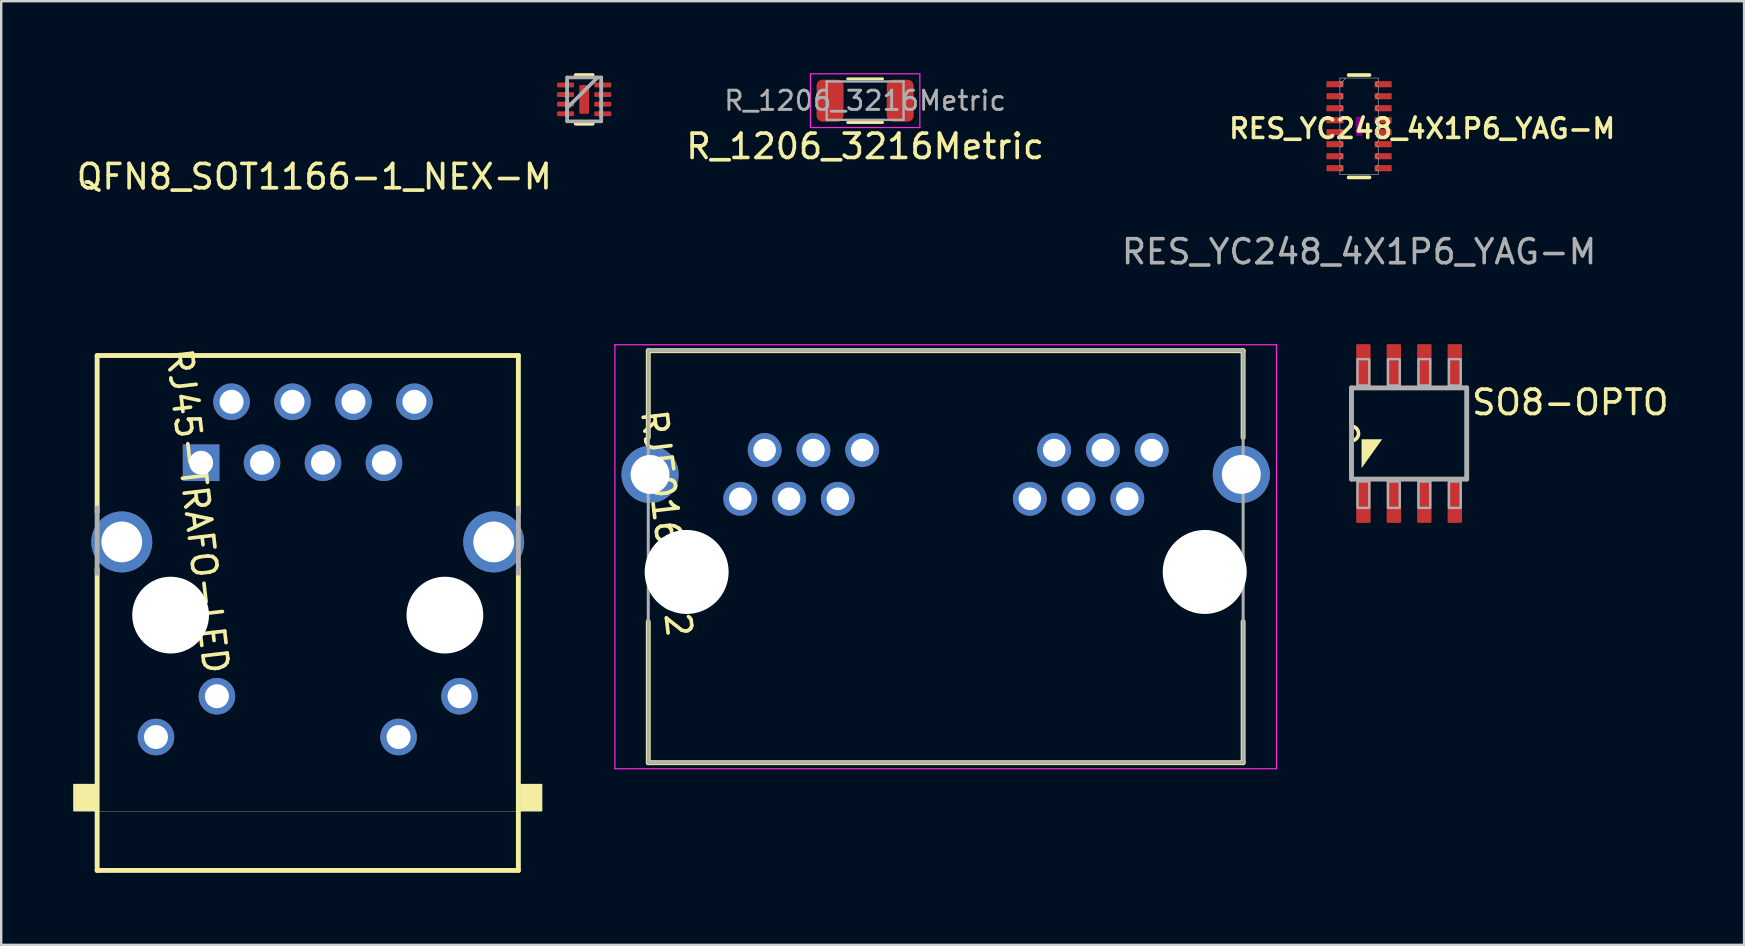
<source format=kicad_pcb>
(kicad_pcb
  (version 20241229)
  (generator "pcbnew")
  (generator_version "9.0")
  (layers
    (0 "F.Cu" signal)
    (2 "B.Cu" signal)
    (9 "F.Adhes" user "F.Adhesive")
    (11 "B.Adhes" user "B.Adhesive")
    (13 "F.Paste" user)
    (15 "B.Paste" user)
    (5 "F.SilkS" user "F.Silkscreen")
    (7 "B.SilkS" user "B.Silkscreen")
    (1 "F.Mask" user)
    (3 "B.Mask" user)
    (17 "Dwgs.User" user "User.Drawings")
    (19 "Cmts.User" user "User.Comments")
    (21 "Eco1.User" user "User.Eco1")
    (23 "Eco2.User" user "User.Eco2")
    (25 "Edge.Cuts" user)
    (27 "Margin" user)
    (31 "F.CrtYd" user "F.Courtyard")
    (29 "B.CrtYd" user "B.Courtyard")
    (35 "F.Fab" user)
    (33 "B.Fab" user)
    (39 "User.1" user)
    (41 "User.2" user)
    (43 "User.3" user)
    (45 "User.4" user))
  (footprint "RJ45-TRAFO-LED"
    (layer "F.Cu")
    (at 9.775 22.584)
    (property "Reference" "RJ45-TRAFO-LED" (at -5.982 -11.124 96.6) (layer "F.SilkS") (effects (font (size 1.016 1.016) (thickness 0.152)) (justify left bottom)))
    (attr through_hole)
    (fp_line (start -8.777 -10.819) (end 8.777 -10.819) (stroke (width 0.203) (type solid)) (layer "F.SilkS"))
    (fp_line (start -8.777 -4.283) (end -8.777 -10.819) (stroke (width 0.203) (type solid)) (layer "F.SilkS"))
    (fp_line (start -8.777 10.639) (end -8.777 -1.929) (stroke (width 0.203) (type solid)) (layer "F.SilkS"))
    (fp_line (start 8.777 -10.819) (end 8.777 -4.283) (stroke (width 0.203) (type solid)) (layer "F.SilkS"))
    (fp_line (start 8.777 -1.929) (end 8.777 10.639) (stroke (width 0.203) (type solid)) (layer "F.SilkS"))
    (fp_line (start 8.777 10.639) (end -8.777 10.639) (stroke (width 0.203) (type solid)) (layer "F.SilkS"))
    (fp_line (start 9.716 8.18) (end -9.716 8.18) (stroke (width 0.01) (type solid)) (layer "F.SilkS"))
    (fp_poly (pts (xy -9.775 8.175) (xy -8.85 8.175) (xy -8.85 7.032) (xy -9.775 7.032)) (stroke (width 0) (type default)) (fill yes) (layer "F.SilkS"))
    (fp_poly (pts (xy 8.85 8.175) (xy 9.775 8.175) (xy 9.775 7.032) (xy 8.85 7.032)) (stroke (width 0) (type default)) (fill yes) (layer "F.SilkS"))
    (fp_line (start -8.777 -1.743) (end -8.777 -4.469) (stroke (width 0.203) (type solid)) (layer "F.Fab"))
    (fp_line (start 8.777 -4.469) (end 8.777 -1.743) (stroke (width 0.203) (type solid)) (layer "F.Fab"))
    (pad "" np_thru_hole circle (at -5.715 0) (size 3.2 3.2) (drill 3.2) (layers "*.Cu" "*.Mask"))
    (pad "" np_thru_hole circle (at 5.715 0) (size 3.2 3.2) (drill 3.2) (layers "*.Cu" "*.Mask"))
    (pad "1" thru_hole rect (at -4.445 -6.35) (size 1.524 1.524) (drill 1) (layers "*.Cu" "*.Mask"))
    (pad "2" thru_hole circle (at -3.175 -8.89) (size 1.524 1.524) (drill 1) (layers "*.Cu" "*.Mask"))
    (pad "3" thru_hole circle (at -1.905 -6.35) (size 1.524 1.524) (drill 1) (layers "*.Cu" "*.Mask"))
    (pad "4" thru_hole circle (at -0.635 -8.89) (size 1.524 1.524) (drill 1) (layers "*.Cu" "*.Mask"))
    (pad "5" thru_hole circle (at 0.635 -6.35) (size 1.524 1.524) (drill 1) (layers "*.Cu" "*.Mask"))
    (pad "6" thru_hole circle (at 1.905 -8.89) (size 1.524 1.524) (drill 1) (layers "*.Cu" "*.Mask"))
    (pad "7" thru_hole circle (at 3.175 -6.35) (size 1.524 1.524) (drill 1) (layers "*.Cu" "*.Mask"))
    (pad "8" thru_hole circle (at 4.445 -8.89) (size 1.524 1.524) (drill 1) (layers "*.Cu" "*.Mask"))
    (pad "9" thru_hole circle (at -6.325 5.08) (size 1.524 1.524) (drill 1) (layers "*.Cu" "*.Mask"))
    (pad "10" thru_hole circle (at -3.785 3.38) (size 1.524 1.524) (drill 1) (layers "*.Cu" "*.Mask"))
    (pad "11" thru_hole circle (at 3.785 5.08) (size 1.524 1.524) (drill 1) (layers "*.Cu" "*.Mask"))
    (pad "12" thru_hole circle (at 6.325 3.38) (size 1.524 1.524) (drill 1) (layers "*.Cu" "*.Mask"))
    (pad "SH" thru_hole circle (at -7.75 -3.05) (size 2.54 2.54) (drill 1.7) (layers "*.Cu" "*.Mask"))
    (pad "SH2" thru_hole circle (at 7.75 -3.05) (size 2.54 2.54) (drill 1.7) (layers "*.Cu" "*.Mask")))
  (footprint "SO8-OPTO"
    (layer "F.Cu")
    (at 55.672 15.015)
    (property "Reference" "SO8-OPTO" (at 2.53 -1.89 0) (layer "F.SilkS") (effects (font (size 1.016 1.016) (thickness 0.152)) (justify left top)))
    (attr smd)
    (fp_line (start -2.413 -1.638) (end -2.413 -0.305) (stroke (width 0.152) (type solid)) (layer "F.SilkS"))
    (fp_line (start -2.413 0.305) (end -2.413 1.638) (stroke (width 0.152) (type solid)) (layer "F.SilkS"))
    (fp_line (start 2.413 1.638) (end 2.413 -1.638) (stroke (width 0.152) (type solid)) (layer "F.SilkS"))
    (fp_arc (start -2.413 -0.3048) (mid -2.1082 0) (end -2.413 0.3048) (stroke (width 0.1524) (type solid)) (layer "F.SilkS"))
    (fp_poly (pts (xy -1.981 1.444) (xy -1.981 0.241) (xy -1.122 0.241)) (stroke (width 0) (type default)) (fill yes) (layer "F.SilkS"))
    (fp_line (start -2.4 -1.9) (end 2.4 -1.9) (stroke (width 0.203) (type solid)) (layer "F.Fab"))
    (fp_line (start -2.4 1.9) (end -2.4 -1.9) (stroke (width 0.203) (type solid)) (layer "F.Fab"))
    (fp_line (start 2.4 -1.9) (end 2.4 1.9) (stroke (width 0.203) (type solid)) (layer "F.Fab"))
    (fp_line (start 2.4 1.9) (end -2.4 1.9) (stroke (width 0.203) (type solid)) (layer "F.Fab"))
    (fp_poly (pts (xy -2.15 -2) (xy -1.66 -2) (xy -1.66 -3.1) (xy -2.15 -3.1)) (stroke (width 0.1) (type default)) (fill no) (layer "F.Fab"))
    (fp_poly (pts (xy -2.15 3.1) (xy -1.66 3.1) (xy -1.66 2) (xy -2.15 2)) (stroke (width 0.1) (type default)) (fill no) (layer "F.Fab"))
    (fp_poly (pts (xy -0.88 -2) (xy -0.39 -2) (xy -0.39 -3.1) (xy -0.88 -3.1)) (stroke (width 0.1) (type default)) (fill no) (layer "F.Fab"))
    (fp_poly (pts (xy -0.88 3.1) (xy -0.39 3.1) (xy -0.39 2) (xy -0.88 2)) (stroke (width 0.1) (type default)) (fill no) (layer "F.Fab"))
    (fp_poly (pts (xy 0.39 -2) (xy 0.88 -2) (xy 0.88 -3.1) (xy 0.39 -3.1)) (stroke (width 0.1) (type default)) (fill no) (layer "F.Fab"))
    (fp_poly (pts (xy 0.39 3.1) (xy 0.88 3.1) (xy 0.88 2) (xy 0.39 2)) (stroke (width 0.1) (type default)) (fill no) (layer "F.Fab"))
    (fp_poly (pts (xy 1.66 -2) (xy 2.15 -2) (xy 2.15 -3.1) (xy 1.66 -3.1)) (stroke (width 0.1) (type default)) (fill no) (layer "F.Fab"))
    (fp_poly (pts (xy 1.66 3.1) (xy 2.15 3.1) (xy 2.15 2) (xy 1.66 2)) (stroke (width 0.1) (type default)) (fill no) (layer "F.Fab"))
    (pad "1" smd roundrect (at -1.905 2.85) (size 0.6 1.75) (layers "F.Cu" "F.Mask" "F.Paste") (roundrect_rratio 0.085))
    (pad "2" smd roundrect (at -0.635 2.85) (size 0.6 1.75) (layers "F.Cu" "F.Mask" "F.Paste") (roundrect_rratio 0.085))
    (pad "3" smd roundrect (at 0.635 2.85) (size 0.6 1.75) (layers "F.Cu" "F.Mask" "F.Paste") (roundrect_rratio 0.085))
    (pad "4" smd roundrect (at 1.905 2.85) (size 0.6 1.75) (layers "F.Cu" "F.Mask" "F.Paste") (roundrect_rratio 0.085))
    (pad "5" smd roundrect (at 1.905 -2.85) (size 0.6 1.75) (layers "F.Cu" "F.Mask" "F.Paste") (roundrect_rratio 0.085))
    (pad "6" smd roundrect (at 0.635 -2.85) (size 0.6 1.75) (layers "F.Cu" "F.Mask" "F.Paste") (roundrect_rratio 0.085))
    (pad "7" smd roundrect (at -0.635 -2.85) (size 0.6 1.75) (layers "F.Cu" "F.Mask" "F.Paste") (roundrect_rratio 0.085))
    (pad "8" smd roundrect (at -1.905 -2.85) (size 0.6 1.75) (layers "F.Cu" "F.Mask" "F.Paste") (roundrect_rratio 0.085)))
  (footprint "QFN8_SOT1166-1_NEX-M"
    (layer "F.Cu")
    (at 21.295 1.092)
    (property "Reference" "QFN8_SOT1166-1_NEX-M" (at -1.253 2.627 180) (layer "F.SilkS") (effects (font (size 1.016 1.016) (thickness 0.152)) (justify right top)))
    (attr smd)
    (fp_line (start -0.356 1.016) (end 0.356 1.016) (stroke (width 0.152) (type solid)) (layer "F.SilkS"))
    (fp_line (start 0.356 -1.016) (end -0.356 -1.016) (stroke (width 0.152) (type solid)) (layer "F.SilkS"))
    (fp_line (start -0.711 -0.914) (end -0.711 0.914) (stroke (width 0.152) (type solid)) (layer "F.Fab"))
    (fp_line (start -0.711 -0.737) (end -0.711 -0.483) (stroke (width 0.152) (type solid)) (layer "F.Fab"))
    (fp_line (start -0.711 -0.33) (end -0.711 -0.076) (stroke (width 0.152) (type solid)) (layer "F.Fab"))
    (fp_line (start -0.711 0.076) (end -0.711 0.33) (stroke (width 0.152) (type solid)) (layer "F.Fab"))
    (fp_line (start -0.711 0.356) (end 0.559 -0.914) (stroke (width 0.152) (type solid)) (layer "F.Fab"))
    (fp_line (start -0.711 0.483) (end -0.711 0.737) (stroke (width 0.152) (type solid)) (layer "F.Fab"))
    (fp_line (start -0.711 0.914) (end 0.711 0.914) (stroke (width 0.152) (type solid)) (layer "F.Fab"))
    (fp_line (start 0.711 -0.914) (end -0.711 -0.914) (stroke (width 0.152) (type solid)) (layer "F.Fab"))
    (fp_line (start 0.711 -0.483) (end 0.711 -0.737) (stroke (width 0.152) (type solid)) (layer "F.Fab"))
    (fp_line (start 0.711 -0.076) (end 0.711 -0.33) (stroke (width 0.152) (type solid)) (layer "F.Fab"))
    (fp_line (start 0.711 0.33) (end 0.711 0.076) (stroke (width 0.152) (type solid)) (layer "F.Fab"))
    (fp_line (start 0.711 0.737) (end 0.711 0.483) (stroke (width 0.152) (type solid)) (layer "F.Fab"))
    (fp_line (start 0.711 0.914) (end 0.711 -0.914) (stroke (width 0.152) (type solid)) (layer "F.Fab"))
    (fp_line (start 0.711 -0.914) (end -0.711 -0.914) (stroke (width 0.152) (type solid)) (layer "User.1"))
    (pad "1" smd roundrect (at -0.775 -0.6 270) (size 0.203 0.711) (layers "F.Cu" "F.Mask" "F.Paste") (roundrect_rratio 0.25))
    (pad "2" smd roundrect (at -0.775 -0.2 270) (size 0.203 0.711) (layers "F.Cu" "F.Mask" "F.Paste") (roundrect_rratio 0.25))
    (pad "3" smd roundrect (at -0.775 0.2 270) (size 0.203 0.711) (layers "F.Cu" "F.Mask" "F.Paste") (roundrect_rratio 0.25))
    (pad "4" smd roundrect (at -0.775 0.6 270) (size 0.203 0.711) (layers "F.Cu" "F.Mask" "F.Paste") (roundrect_rratio 0.25))
    (pad "5" smd roundrect (at 0.775 0.6 270) (size 0.203 0.711) (layers "F.Cu" "F.Mask" "F.Paste") (roundrect_rratio 0.25))
    (pad "6" smd roundrect (at 0.775 0.2 270) (size 0.203 0.711) (layers "F.Cu" "F.Mask" "F.Paste") (roundrect_rratio 0.25))
    (pad "7" smd roundrect (at 0.775 -0.2 270) (size 0.203 0.711) (layers "F.Cu" "F.Mask" "F.Paste") (roundrect_rratio 0.25))
    (pad "8" smd roundrect (at 0.775 -0.6 270) (size 0.203 0.711) (layers "F.Cu" "F.Mask" "F.Paste") (roundrect_rratio 0.25))
    (pad "9" smd roundrect (at 0 0) (size 0.406 1.194) (layers "F.Cu" "F.Mask" "F.Paste") (roundrect_rratio 0.125)))
  (footprint "R_1206_3216Metric"
    (layer "F.Cu")
    (at 33.003 1.145)
    (property "Reference" "R_1206_3216Metric" (at 0 1.905 0) (layer "F.SilkS") (effects (font (size 1.016 1.016) (thickness 0.152))))
    (attr smd)
    (fp_line (start -0.727 -0.91) (end 0.727 -0.91) (stroke (width 0.12) (type solid)) (layer "F.SilkS"))
    (fp_line (start -0.727 0.91) (end 0.727 0.91) (stroke (width 0.12) (type solid)) (layer "F.SilkS"))
    (fp_line (start -2.28 -1.12) (end 2.28 -1.12) (stroke (width 0.05) (type solid)) (layer "F.CrtYd"))
    (fp_line (start -2.28 1.12) (end -2.28 -1.12) (stroke (width 0.05) (type solid)) (layer "F.CrtYd"))
    (fp_line (start 2.28 -1.12) (end 2.28 1.12) (stroke (width 0.05) (type solid)) (layer "F.CrtYd"))
    (fp_line (start 2.28 1.12) (end -2.28 1.12) (stroke (width 0.05) (type solid)) (layer "F.CrtYd"))
    (fp_line (start -1.6 -0.8) (end 1.6 -0.8) (stroke (width 0.1) (type solid)) (layer "F.Fab"))
    (fp_line (start -1.6 0.8) (end -1.6 -0.8) (stroke (width 0.1) (type solid)) (layer "F.Fab"))
    (fp_line (start 1.6 -0.8) (end 1.6 0.8) (stroke (width 0.1) (type solid)) (layer "F.Fab"))
    (fp_line (start 1.6 0.8) (end -1.6 0.8) (stroke (width 0.1) (type solid)) (layer "F.Fab"))
    (fp_text user "${REFERENCE}" (at 0 0 0) (layer "F.Fab") (effects (font (size 0.8 0.8) (thickness 0.12))))
    (pad "1" smd roundrect (at -1.462 0) (size 1.125 1.75) (layers "F.Cu" "F.Mask" "F.Paste") (roundrect_rratio 0.222))
    (pad "2" smd roundrect (at 1.462 0) (size 1.125 1.75) (layers "F.Cu" "F.Mask" "F.Paste") (roundrect_rratio 0.222)))
  (footprint "RJE0166202"
    (layer "F.Cu")
    (at 36.36 20.785)
    (property "Reference" "RJE0166202" (at -12.778 -6.769 96.6) (layer "F.SilkS") (effects (font (size 1.016 1.016) (thickness 0.152)) (justify left bottom)))
    (attr through_hole)
    (fp_line (start -12.395 -9.22) (end 12.395 -9.22) (stroke (width 0.203) (type solid)) (layer "F.SilkS"))
    (fp_line (start -12.395 -5.599) (end -12.395 -9.22) (stroke (width 0.203) (type solid)) (layer "F.SilkS"))
    (fp_line (start -12.395 7.95) (end -12.395 2.07) (stroke (width 0.203) (type solid)) (layer "F.SilkS"))
    (fp_line (start 12.395 -9.22) (end 12.395 -5.599) (stroke (width 0.203) (type solid)) (layer "F.SilkS"))
    (fp_line (start 12.395 7.95) (end -12.395 7.95) (stroke (width 0.203) (type solid)) (layer "F.SilkS"))
    (fp_line (start 12.395 7.95) (end 12.395 2.07) (stroke (width 0.203) (type solid)) (layer "F.SilkS"))
    (fp_line (start -13.785 -9.47) (end -13.785 8.2) (stroke (width 0.05) (type solid)) (layer "F.CrtYd"))
    (fp_line (start -13.785 8.2) (end 13.785 8.2) (stroke (width 0.05) (type solid)) (layer "F.CrtYd"))
    (fp_line (start 13.785 -9.47) (end -13.785 -9.47) (stroke (width 0.05) (type solid)) (layer "F.CrtYd"))
    (fp_line (start 13.785 8.2) (end 13.785 -9.47) (stroke (width 0.05) (type solid)) (layer "F.CrtYd"))
    (fp_line (start -12.395 -9.22) (end 12.395 -9.22) (stroke (width 0.127) (type solid)) (layer "F.Fab"))
    (fp_line (start -12.395 7.95) (end -12.395 -9.22) (stroke (width 0.127) (type solid)) (layer "F.Fab"))
    (fp_line (start 12.395 -9.22) (end 12.395 7.95) (stroke (width 0.127) (type solid)) (layer "F.Fab"))
    (fp_line (start 12.395 7.95) (end -12.395 7.95) (stroke (width 0.127) (type solid)) (layer "F.Fab"))
    (pad "" np_thru_hole circle (at -10.795 0) (size 3.5 3.5) (drill 3.5) (layers "*.Cu" "*.Mask"))
    (pad "" np_thru_hole circle (at 10.795 0) (size 3.5 3.5) (drill 3.5) (layers "*.Cu" "*.Mask"))
    (pad "1_1" thru_hole circle (at -3.48 -5.08) (size 1.41 1.41) (drill 0.94) (layers "*.Cu" "*.Mask"))
    (pad "1_2" thru_hole circle (at 8.585 -5.08) (size 1.41 1.41) (drill 0.94) (layers "*.Cu" "*.Mask"))
    (pad "2_1" thru_hole circle (at -4.496 -3.048) (size 1.41 1.41) (drill 0.94) (layers "*.Cu" "*.Mask"))
    (pad "2_2" thru_hole circle (at 7.569 -3.048) (size 1.41 1.41) (drill 0.94) (layers "*.Cu" "*.Mask"))
    (pad "3_1" thru_hole circle (at -5.512 -5.08) (size 1.41 1.41) (drill 0.94) (layers "*.Cu" "*.Mask"))
    (pad "3_2" thru_hole circle (at 6.553 -5.08) (size 1.41 1.41) (drill 0.94) (layers "*.Cu" "*.Mask"))
    (pad "4_1" thru_hole circle (at -6.528 -3.048) (size 1.41 1.41) (drill 0.94) (layers "*.Cu" "*.Mask"))
    (pad "4_2" thru_hole circle (at 5.537 -3.048) (size 1.41 1.41) (drill 0.94) (layers "*.Cu" "*.Mask"))
    (pad "5_1" thru_hole circle (at -7.544 -5.08) (size 1.41 1.41) (drill 0.94) (layers "*.Cu" "*.Mask"))
    (pad "5_2" thru_hole circle (at 4.521 -5.08) (size 1.41 1.41) (drill 0.94) (layers "*.Cu" "*.Mask"))
    (pad "6_1" thru_hole circle (at -8.56 -3.048) (size 1.41 1.41) (drill 0.94) (layers "*.Cu" "*.Mask"))
    (pad "6_2" thru_hole circle (at 3.505 -3.048) (size 1.41 1.41) (drill 0.94) (layers "*.Cu" "*.Mask"))
    (pad "SH1" thru_hole circle (at -12.32 -4.064) (size 2.382 2.382) (drill 1.62) (layers "*.Cu" "*.Mask"))
    (pad "SH2" thru_hole circle (at 12.32 -4.064) (size 2.382 2.382) (drill 1.62) (layers "*.Cu" "*.Mask")))
  (footprint "RES_YC248_4X1P6_YAG-M"
    (layer "F.Cu")
    (at 53.587 2.21)
    (property "Reference" "RES_YC248_4X1P6_YAG-M" (at 2.628 0.098 0) (unlocked yes) (layer "F.SilkS") (effects (font (size 0.813 0.813) (thickness 0.152) (bold yes))))
    (attr smd)
    (fp_line (start -0.436 -2.134) (end 0.436 -2.134) (stroke (width 0.152) (type solid)) (layer "F.SilkS"))
    (fp_line (start -0.436 2.134) (end 0.436 2.134) (stroke (width 0.152) (type solid)) (layer "F.SilkS"))
    (fp_rect (start -0.127 -0.381) (end 0.127 0.381) (stroke (width 0.025) (type solid)) (fill yes) (layer "F.Adhes"))
    (fp_line (start -0.8 -2.007) (end 0.8 -2.007) (stroke (width 0.025) (type solid)) (layer "F.Fab"))
    (fp_line (start -0.8 -1.852) (end -0.8 -2.007) (stroke (width 0.025) (type solid)) (layer "F.Fab"))
    (fp_line (start -0.8 -1.648) (end -0.8 -1.352) (stroke (width 0.025) (type solid)) (layer "F.Fab"))
    (fp_line (start -0.8 -1.148) (end -0.8 -0.852) (stroke (width 0.025) (type solid)) (layer "F.Fab"))
    (fp_line (start -0.8 -0.648) (end -0.8 -0.352) (stroke (width 0.025) (type solid)) (layer "F.Fab"))
    (fp_line (start -0.8 -0.148) (end -0.8 0.148) (stroke (width 0.025) (type solid)) (layer "F.Fab"))
    (fp_line (start -0.8 0.352) (end -0.8 0.648) (stroke (width 0.025) (type solid)) (layer "F.Fab"))
    (fp_line (start -0.8 0.852) (end -0.8 1.148) (stroke (width 0.025) (type solid)) (layer "F.Fab"))
    (fp_line (start -0.8 1.352) (end -0.8 1.648) (stroke (width 0.025) (type solid)) (layer "F.Fab"))
    (fp_line (start -0.8 1.852) (end -0.8 2.007) (stroke (width 0.025) (type solid)) (layer "F.Fab"))
    (fp_line (start -0.8 2.007) (end 0.8 2.007) (stroke (width 0.025) (type solid)) (layer "F.Fab"))
    (fp_line (start -0.546 -2.007) (end -0.8 -1.753) (stroke (width 0.025) (type solid)) (layer "F.Fab"))
    (fp_line (start 0.8 -1.852) (end 0.8 -2.007) (stroke (width 0.025) (type solid)) (layer "F.Fab"))
    (fp_line (start 0.8 -1.648) (end 0.8 -1.352) (stroke (width 0.025) (type solid)) (layer "F.Fab"))
    (fp_line (start 0.8 -1.148) (end 0.8 -0.852) (stroke (width 0.025) (type solid)) (layer "F.Fab"))
    (fp_line (start 0.8 -0.648) (end 0.8 -0.352) (stroke (width 0.025) (type solid)) (layer "F.Fab"))
    (fp_line (start 0.8 -0.148) (end 0.8 0.148) (stroke (width 0.025) (type solid)) (layer "F.Fab"))
    (fp_line (start 0.8 0.352) (end 0.8 0.648) (stroke (width 0.025) (type solid)) (layer "F.Fab"))
    (fp_line (start 0.8 0.852) (end 0.8 1.148) (stroke (width 0.025) (type solid)) (layer "F.Fab"))
    (fp_line (start 0.8 1.352) (end 0.8 1.648) (stroke (width 0.025) (type solid)) (layer "F.Fab"))
    (fp_line (start 0.8 1.852) (end 0.8 2.007) (stroke (width 0.025) (type solid)) (layer "F.Fab"))
    (fp_arc (start -0.8001 -1.851599) (mid -0.6985 -1.749999) (end -0.8001 -1.648399) (stroke (width 0.0254) (type solid)) (layer "F.Fab"))
    (fp_arc (start -0.8001 -1.3516) (mid -0.6985 -1.25) (end -0.8001 -1.1484) (stroke (width 0.0254) (type solid)) (layer "F.Fab"))
    (fp_arc (start -0.8001 -0.851601) (mid -0.6985 -0.750001) (end -0.8001 -0.648401) (stroke (width 0.0254) (type solid)) (layer "F.Fab"))
    (fp_arc (start -0.8001 -0.351599) (mid -0.6985 -0.25) (end -0.8001 -0.1484) (stroke (width 0.0254) (type solid)) (layer "F.Fab"))
    (fp_arc (start -0.8001 0.1484) (mid -0.6985 0.249999) (end -0.8001 0.351599) (stroke (width 0.0254) (type solid)) (layer "F.Fab"))
    (fp_arc (start -0.8001 0.648401) (mid -0.6985 0.750001) (end -0.8001 0.851601) (stroke (width 0.0254) (type solid)) (layer "F.Fab"))
    (fp_arc (start -0.8001 1.1484) (mid -0.6985 1.25) (end -0.8001 1.3516) (stroke (width 0.0254) (type solid)) (layer "F.Fab"))
    (fp_arc (start -0.8001 1.648399) (mid -0.6985 1.749999) (end -0.8001 1.851599) (stroke (width 0.0254) (type solid)) (layer "F.Fab"))
    (fp_arc (start 0.8001 -1.648399) (mid 0.6985 -1.749999) (end 0.8001 -1.851599) (stroke (width 0.0254) (type solid)) (layer "F.Fab"))
    (fp_arc (start 0.8001 -1.1484) (mid 0.6985 -1.25) (end 0.8001 -1.3516) (stroke (width 0.0254) (type solid)) (layer "F.Fab"))
    (fp_arc (start 0.8001 -0.648401) (mid 0.6985 -0.750001) (end 0.8001 -0.851601) (stroke (width 0.0254) (type solid)) (layer "F.Fab"))
    (fp_arc (start 0.8001 -0.1484) (mid 0.6985 -0.249999) (end 0.8001 -0.351599) (stroke (width 0.0254) (type solid)) (layer "F.Fab"))
    (fp_arc (start 0.8001 0.351599) (mid 0.6985 0.25) (end 0.8001 0.1484) (stroke (width 0.0254) (type solid)) (layer "F.Fab"))
    (fp_arc (start 0.8001 0.851601) (mid 0.6985 0.750001) (end 0.8001 0.648401) (stroke (width 0.0254) (type solid)) (layer "F.Fab"))
    (fp_arc (start 0.8001 1.3516) (mid 0.6985 1.25) (end 0.8001 1.1484) (stroke (width 0.0254) (type solid)) (layer "F.Fab"))
    (fp_arc (start 0.8001 1.851599) (mid 0.6985 1.749999) (end 0.8001 1.648399) (stroke (width 0.0254) (type solid)) (layer "F.Fab"))
    (fp_text user "${REFERENCE}" (at 0 5.232 0) (unlocked yes) (layer "F.Fab") (effects (font (size 1 1) (thickness 0.15))))
    (pad "1" smd rect (at -1.003 -1.75) (size 0.711 0.254) (layers "F.Cu" "F.Mask" "F.Paste"))
    (pad "2" smd rect (at -1.003 -1.25) (size 0.711 0.254) (layers "F.Cu" "F.Mask" "F.Paste"))
    (pad "3" smd rect (at -1.003 -0.75) (size 0.711 0.254) (layers "F.Cu" "F.Mask" "F.Paste"))
    (pad "4" smd rect (at -1.003 -0.25) (size 0.711 0.254) (layers "F.Cu" "F.Mask" "F.Paste"))
    (pad "5" smd rect (at -1.003 0.25) (size 0.711 0.254) (layers "F.Cu" "F.Mask" "F.Paste"))
    (pad "6" smd rect (at -1.003 0.75) (size 0.711 0.254) (layers "F.Cu" "F.Mask" "F.Paste"))
    (pad "7" smd rect (at -1.003 1.25) (size 0.711 0.254) (layers "F.Cu" "F.Mask" "F.Paste"))
    (pad "8" smd rect (at -1.003 1.75) (size 0.711 0.254) (layers "F.Cu" "F.Mask" "F.Paste"))
    (pad "9" smd rect (at 1.003 1.75) (size 0.711 0.254) (layers "F.Cu" "F.Mask" "F.Paste"))
    (pad "10" smd rect (at 1.003 1.25) (size 0.711 0.254) (layers "F.Cu" "F.Mask" "F.Paste"))
    (pad "11" smd rect (at 1.003 0.75) (size 0.711 0.254) (layers "F.Cu" "F.Mask" "F.Paste"))
    (pad "12" smd rect (at 1.003 0.25) (size 0.711 0.254) (layers "F.Cu" "F.Mask" "F.Paste"))
    (pad "13" smd rect (at 1.003 -0.25) (size 0.711 0.254) (layers "F.Cu" "F.Mask" "F.Paste"))
    (pad "14" smd rect (at 1.003 -0.75) (size 0.711 0.254) (layers "F.Cu" "F.Mask" "F.Paste"))
    (pad "15" smd rect (at 1.003 -1.25) (size 0.711 0.254) (layers "F.Cu" "F.Mask" "F.Paste"))
    (pad "16" smd rect (at 1.003 -1.75) (size 0.711 0.254) (layers "F.Cu" "F.Mask" "F.Paste")))
  (gr_rect
    (start -3 -3)
    (end 69.632 36.325)
    (stroke (width 0.1) (type default))
    (fill no)
    (layer "Edge.Cuts")))
</source>
